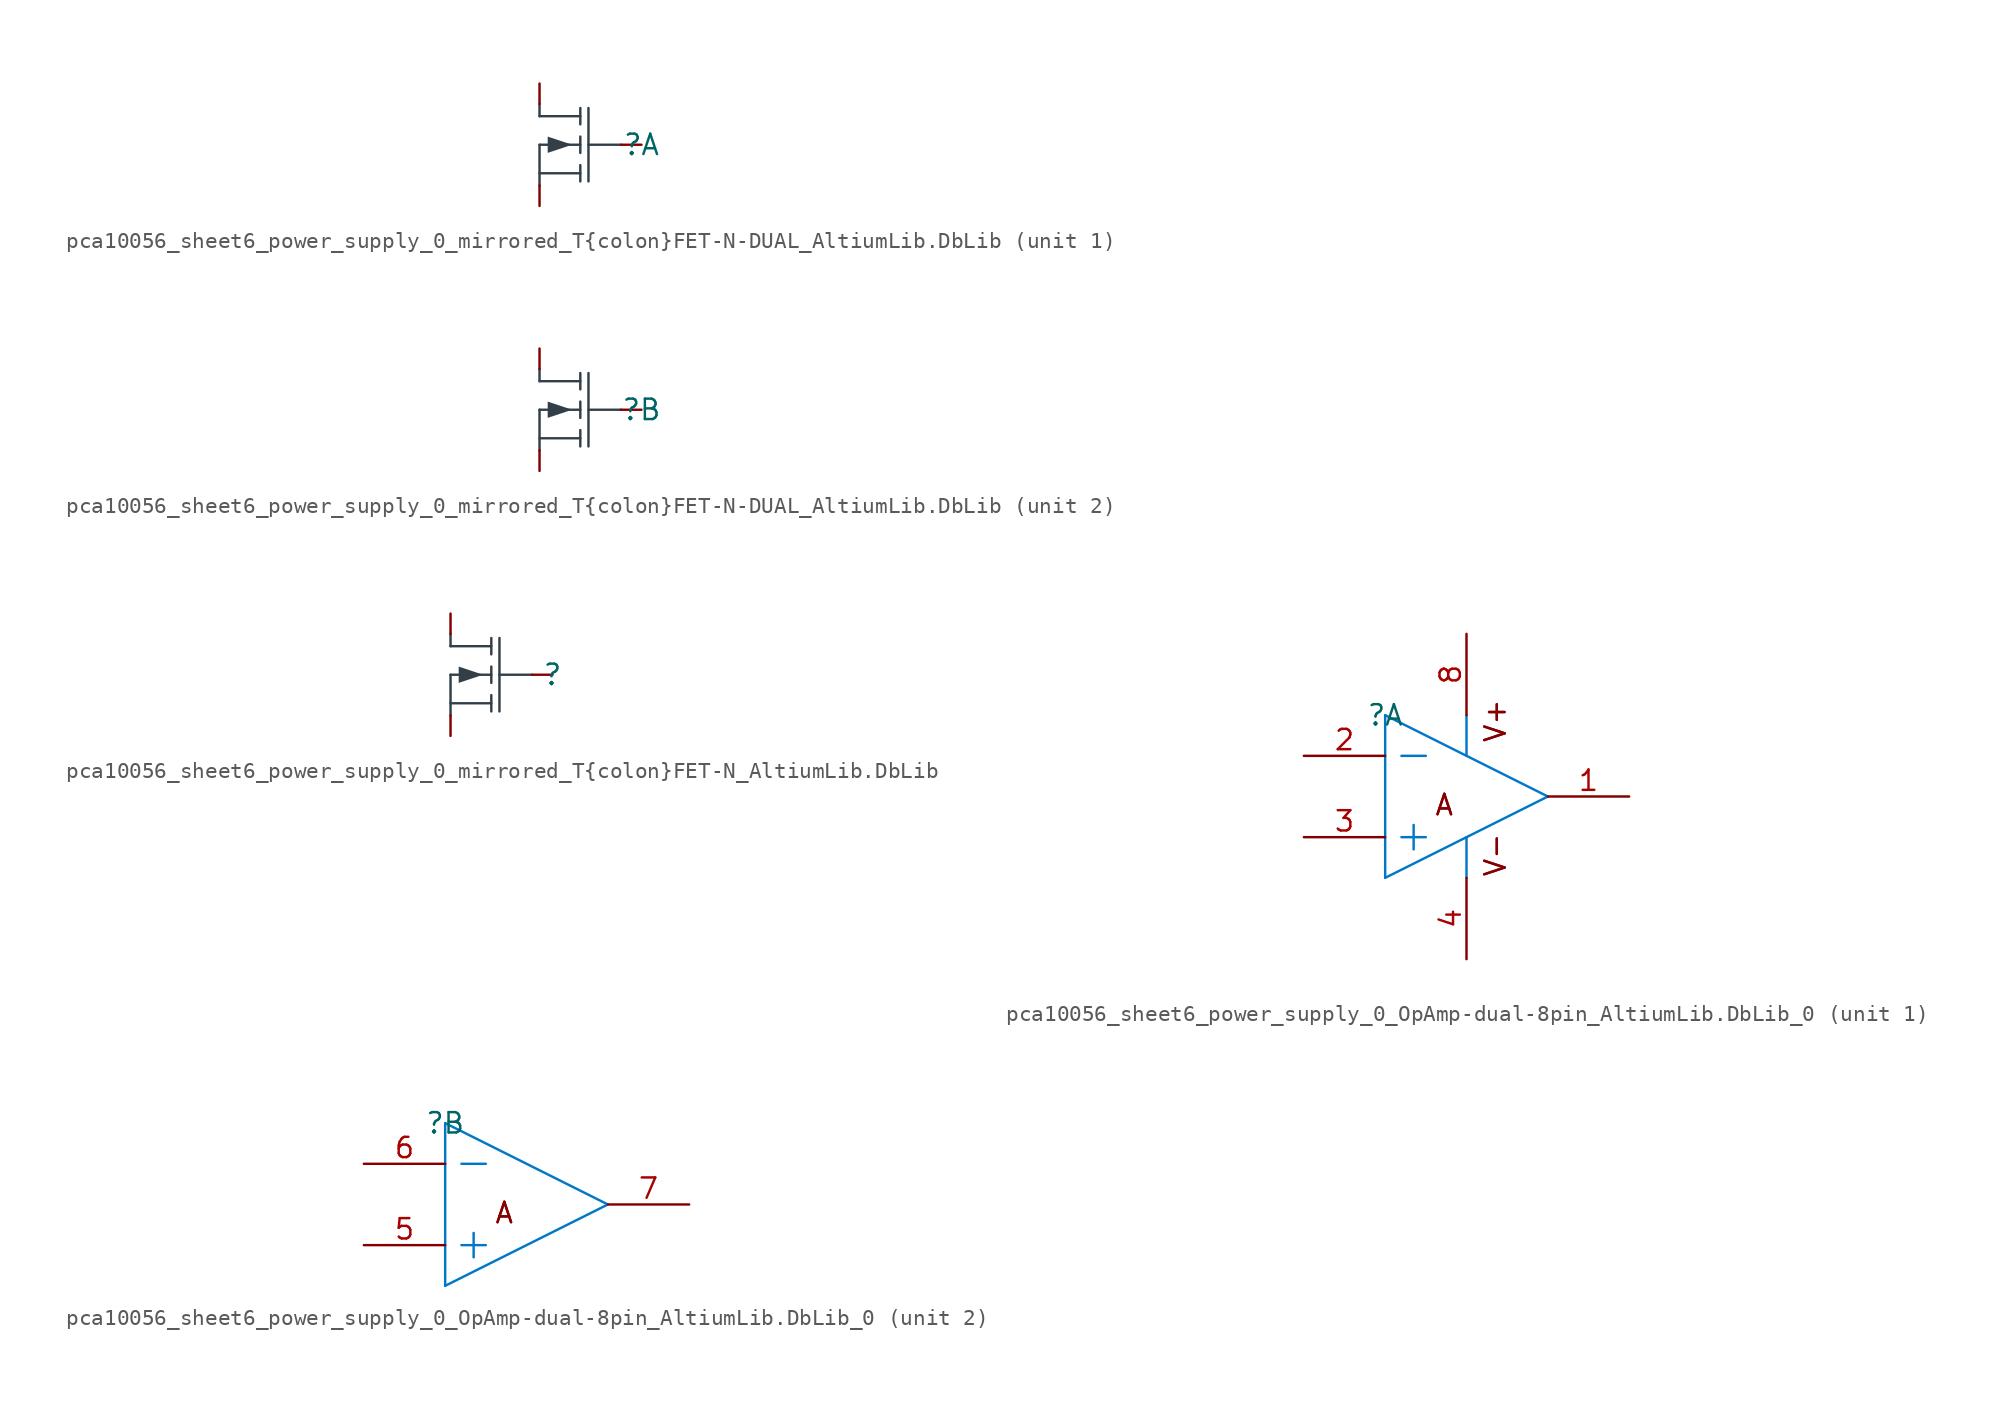
<source format=kicad_sym>
(kicad_symbol_lib
  (version 20241209)
  (generator "kicad_symbol_editor")
  (generator_version "9.0")
  (symbol "pca10056_sheet6_power_supply_0_mirrored_T{colon}FET-N-DUAL_AltiumLib.DbLib"
    (pin_numbers
      (hide yes))
    (pin_names
      (hide yes))
    (property "Reference" ""
      (at 0 0 0)
      (effects (font (size 1.27 1.27))))
    (property "Value" ""
      (at 0 0 0)
      (effects (font (size 1.27 1.27))))
    (symbol "pca10056_sheet6_power_supply_0_mirrored_T{colon}FET-N-DUAL_AltiumLib.DbLib_1_0"
      (polyline (pts (xy -6.35 1.778) (xy -6.35 2.54)) (stroke (width 0) (type solid) (color 51 63 72 1)) (fill (type none)))
      (polyline (pts (xy -6.35 1.778) (xy -3.81 1.778)) (stroke (width 0) (type solid) (color 51 63 72 1)) (fill (type none)))
      (polyline (pts (xy -6.35 0) (xy -6.35 -2.54)) (stroke (width 0) (type solid) (color 51 63 72 1)) (fill (type none)))
      (polyline (pts (xy -6.35 0) (xy -3.81 0)) (stroke (width 0) (type solid) (color 51 63 72 1)) (fill (type none)))
      (polyline (pts (xy -6.35 -1.778) (xy -3.81 -1.778)) (stroke (width 0) (type solid) (color 51 63 72 1)) (fill (type none)))
      (polyline (pts (xy -4.318 0) (xy -5.842 -0.508) (xy -5.842 0.508) (xy -4.318 0)) (stroke (width -0.0001) (type solid) (color 51 63 72 1)) (fill (type outline)))
      (polyline (pts (xy -3.81 1.27) (xy -3.81 2.286)) (stroke (width 0) (type solid) (color 51 63 72 1)) (fill (type none)))
      (polyline (pts (xy -3.81 -0.508) (xy -3.81 0.508)) (stroke (width 0) (type solid) (color 51 63 72 1)) (fill (type none)))
      (polyline (pts (xy -3.81 -2.286) (xy -3.81 -1.27)) (stroke (width 0) (type solid) (color 51 63 72 1)) (fill (type none)))
      (polyline (pts (xy -3.302 2.286) (xy -3.302 -2.286)) (stroke (width 0) (type solid) (color 51 63 72 1)) (fill (type none)))
      (polyline (pts (xy -1.27 0) (xy -3.302 0)) (stroke (width 0) (type solid) (color 51 63 72 1)) (fill (type none)))
      (pin passive line (at -6.35 3.81 270) (length 1.27) (name "D1" (effects (font (size 1.27 1.27)))) (number "6" (effects (font (size 1.27 1.27)))))
      (pin passive line (at -6.35 -3.81 90) (length 1.27) (name "S1" (effects (font (size 1.27 1.27)))) (number "1" (effects (font (size 1.27 1.27)))))
      (pin passive line (at 0 0 180) (length 1.27) (name "G1" (effects (font (size 1.27 1.27)))) (number "2" (effects (font (size 1.27 1.27))))))
    (symbol "pca10056_sheet6_power_supply_0_mirrored_T{colon}FET-N-DUAL_AltiumLib.DbLib_2_0"
      (polyline (pts (xy -6.35 1.778) (xy -6.35 2.54)) (stroke (width 0) (type solid) (color 51 63 72 1)) (fill (type none)))
      (polyline (pts (xy -6.35 1.778) (xy -3.81 1.778)) (stroke (width 0) (type solid) (color 51 63 72 1)) (fill (type none)))
      (polyline (pts (xy -6.35 0) (xy -6.35 -2.54)) (stroke (width 0) (type solid) (color 51 63 72 1)) (fill (type none)))
      (polyline (pts (xy -6.35 0) (xy -3.81 0)) (stroke (width 0) (type solid) (color 51 63 72 1)) (fill (type none)))
      (polyline (pts (xy -6.35 -1.778) (xy -3.81 -1.778)) (stroke (width 0) (type solid) (color 51 63 72 1)) (fill (type none)))
      (polyline (pts (xy -4.318 0) (xy -5.842 -0.508) (xy -5.842 0.508) (xy -4.318 0)) (stroke (width -0.0001) (type solid) (color 51 63 72 1)) (fill (type outline)))
      (polyline (pts (xy -3.81 1.27) (xy -3.81 2.286)) (stroke (width 0) (type solid) (color 51 63 72 1)) (fill (type none)))
      (polyline (pts (xy -3.81 -0.508) (xy -3.81 0.508)) (stroke (width 0) (type solid) (color 51 63 72 1)) (fill (type none)))
      (polyline (pts (xy -3.81 -2.286) (xy -3.81 -1.27)) (stroke (width 0) (type solid) (color 51 63 72 1)) (fill (type none)))
      (polyline (pts (xy -3.302 2.286) (xy -3.302 -2.286)) (stroke (width 0) (type solid) (color 51 63 72 1)) (fill (type none)))
      (polyline (pts (xy -1.27 0) (xy -3.302 0)) (stroke (width 0) (type solid) (color 51 63 72 1)) (fill (type none)))
      (pin passive line (at -6.35 3.81 270) (length 1.27) (name "D2" (effects (font (size 1.27 1.27)))) (number "3" (effects (font (size 1.27 1.27)))))
      (pin passive line (at -6.35 -3.81 90) (length 1.27) (name "S2" (effects (font (size 1.27 1.27)))) (number "4" (effects (font (size 1.27 1.27)))))
      (pin passive line (at 0 0 180) (length 1.27) (name "G2" (effects (font (size 1.27 1.27)))) (number "5" (effects (font (size 1.27 1.27)))))))
  (symbol "pca10056_sheet6_power_supply_0_mirrored_T{colon}FET-N_AltiumLib.DbLib"
    (pin_numbers
      (hide yes))
    (pin_names
      (hide yes))
    (property "Reference" ""
      (at 0 0 0)
      (effects (font (size 1.27 1.27))))
    (property "Value" ""
      (at 0 0 0)
      (effects (font (size 1.27 1.27))))
    (symbol "pca10056_sheet6_power_supply_0_mirrored_T{colon}FET-N_AltiumLib.DbLib_1_0"
      (polyline (pts (xy -6.35 1.778) (xy -6.35 2.54)) (stroke (width 0) (type solid) (color 51 63 72 1)) (fill (type none)))
      (polyline (pts (xy -6.35 1.778) (xy -3.81 1.778)) (stroke (width 0) (type solid) (color 51 63 72 1)) (fill (type none)))
      (polyline (pts (xy -6.35 0) (xy -6.35 -2.54)) (stroke (width 0) (type solid) (color 51 63 72 1)) (fill (type none)))
      (polyline (pts (xy -6.35 0) (xy -3.81 0)) (stroke (width 0) (type solid) (color 51 63 72 1)) (fill (type none)))
      (polyline (pts (xy -6.35 -1.778) (xy -3.81 -1.778)) (stroke (width 0) (type solid) (color 51 63 72 1)) (fill (type none)))
      (polyline (pts (xy -4.318 0) (xy -5.842 -0.508) (xy -5.842 0.508) (xy -4.318 0)) (stroke (width -0.0001) (type solid) (color 51 63 72 1)) (fill (type outline)))
      (polyline (pts (xy -3.81 1.27) (xy -3.81 2.286)) (stroke (width 0) (type solid) (color 51 63 72 1)) (fill (type none)))
      (polyline (pts (xy -3.81 -0.508) (xy -3.81 0.508)) (stroke (width 0) (type solid) (color 51 63 72 1)) (fill (type none)))
      (polyline (pts (xy -3.81 -2.286) (xy -3.81 -1.27)) (stroke (width 0) (type solid) (color 51 63 72 1)) (fill (type none)))
      (polyline (pts (xy -3.302 2.286) (xy -3.302 -2.286)) (stroke (width 0) (type solid) (color 51 63 72 1)) (fill (type none)))
      (polyline (pts (xy -1.27 0) (xy -3.302 0)) (stroke (width 0) (type solid) (color 51 63 72 1)) (fill (type none)))
      (pin passive line (at -6.35 3.81 270) (length 1.27) (name "D" (effects (font (size 1.27 1.27)))) (number "3" (effects (font (size 1.27 1.27)))))
      (pin passive line (at -6.35 -3.81 90) (length 1.27) (name "S" (effects (font (size 1.27 1.27)))) (number "2" (effects (font (size 1.27 1.27)))))
      (pin passive line (at 0 0 180) (length 1.27) (name "G" (effects (font (size 1.27 1.27)))) (number "1" (effects (font (size 1.27 1.27)))))))
  (symbol "pca10056_sheet6_power_supply_0_OpAmp-dual-8pin_AltiumLib.DbLib_0"
    (pin_names
      (hide yes))
    (property "Reference" ""
      (at 0 0 0)
      (effects (font (size 1.27 1.27))))
    (property "Value" ""
      (at 0 0 0)
      (effects (font (size 1.27 1.27))))
    (symbol "pca10056_sheet6_power_supply_0_OpAmp-dual-8pin_AltiumLib.DbLib_0_1_0"
      (polyline (pts (xy 0 0) (xy 0 -10.16)) (stroke (width 0) (type solid) (color 0 119 200 1)) (fill (type none)))
      (polyline (pts (xy 0 0) (xy 10.16 -5.08)) (stroke (width 0) (type solid) (color 0 119 200 1)) (fill (type none)))
      (polyline (pts (xy 0 -10.16) (xy 10.16 -5.08)) (stroke (width 0) (type solid) (color 0 119 200 1)) (fill (type none)))
      (polyline (pts (xy 1.016 -2.54) (xy 2.54 -2.54)) (stroke (width 0) (type solid) (color 0 119 200 1)) (fill (type none)))
      (polyline (pts (xy 1.016 -7.62) (xy 2.54 -7.62)) (stroke (width 0) (type solid) (color 0 119 200 1)) (fill (type none)))
      (polyline (pts (xy 1.778 -6.858) (xy 1.778 -8.382)) (stroke (width 0) (type solid) (color 0 119 200 1)) (fill (type none)))
      (polyline (pts (xy 5.08 0) (xy 5.08 -2.54)) (stroke (width 0) (type solid) (color 0 119 200 1)) (fill (type none)))
      (polyline (pts (xy 5.08 -7.62) (xy 5.08 -10.16)) (stroke (width 0) (type solid) (color 0 119 200 1)) (fill (type none)))
      (text "A" (at 3.048 -6.35 0) (effects (font (size 1.27 1.27)) (justify left bottom)))
      (text "A" (at 3.048 -6.35 0) (effects (font (size 1.27 1.27)) (justify left bottom)))
      (text "V+" (at 7.62 -1.778 900) (effects (font (size 1.27 1.27)) (justify left bottom)))
      (text "V+" (at 7.62 -1.778 900) (effects (font (size 1.27 1.27)) (justify left bottom)))
      (text "V-" (at 7.62 -10.16 900) (effects (font (size 1.27 1.27)) (justify left bottom)))
      (text "V-" (at 7.62 -10.16 900) (effects (font (size 1.27 1.27)) (justify left bottom)))
      (pin input line (at -5.08 -2.54 0) (length 5.08) (name "IN1-" (effects (font (size 1.27 1.27)))) (number "2" (effects (font (size 1.27 1.27)))))
      (pin input line (at -5.08 -7.62 0) (length 5.08) (name "IN1+" (effects (font (size 1.27 1.27)))) (number "3" (effects (font (size 1.27 1.27)))))
      (pin power_in line (at 5.08 5.08 270) (length 5.08) (name "V+" (effects (font (size 1.27 1.27)))) (number "8" (effects (font (size 1.27 1.27)))))
      (pin power_in line (at 5.08 -15.24 90) (length 5.08) (name "V-" (effects (font (size 1.27 1.27)))) (number "4" (effects (font (size 1.27 1.27)))))
      (pin output line (at 15.24 -5.08 180) (length 5.08) (name "OUT1" (effects (font (size 1.27 1.27)))) (number "1" (effects (font (size 1.27 1.27))))))
    (symbol "pca10056_sheet6_power_supply_0_OpAmp-dual-8pin_AltiumLib.DbLib_0_2_0"
      (polyline (pts (xy 0 0) (xy 0 -10.16)) (stroke (width 0) (type solid) (color 0 119 200 1)) (fill (type none)))
      (polyline (pts (xy 0 0) (xy 10.16 -5.08)) (stroke (width 0) (type solid) (color 0 119 200 1)) (fill (type none)))
      (polyline (pts (xy 0 -10.16) (xy 10.16 -5.08)) (stroke (width 0) (type solid) (color 0 119 200 1)) (fill (type none)))
      (polyline (pts (xy 1.016 -2.54) (xy 2.54 -2.54)) (stroke (width 0) (type solid) (color 0 119 200 1)) (fill (type none)))
      (polyline (pts (xy 1.016 -7.62) (xy 2.54 -7.62)) (stroke (width 0) (type solid) (color 0 119 200 1)) (fill (type none)))
      (polyline (pts (xy 1.778 -6.858) (xy 1.778 -8.382)) (stroke (width 0) (type solid) (color 0 119 200 1)) (fill (type none)))
      (text "A" (at 3.048 -6.35 0) (effects (font (size 1.27 1.27)) (justify left bottom)))
      (text "A" (at 3.048 -6.35 0) (effects (font (size 1.27 1.27)) (justify left bottom)))
      (pin input line (at -5.08 -2.54 0) (length 5.08) (name "IN2-" (effects (font (size 1.27 1.27)))) (number "6" (effects (font (size 1.27 1.27)))))
      (pin input line (at -5.08 -7.62 0) (length 5.08) (name "IN2+" (effects (font (size 1.27 1.27)))) (number "5" (effects (font (size 1.27 1.27)))))
      (pin output line (at 15.24 -5.08 180) (length 5.08) (name "OUT2" (effects (font (size 1.27 1.27)))) (number "7" (effects (font (size 1.27 1.27))))))))
</source>
